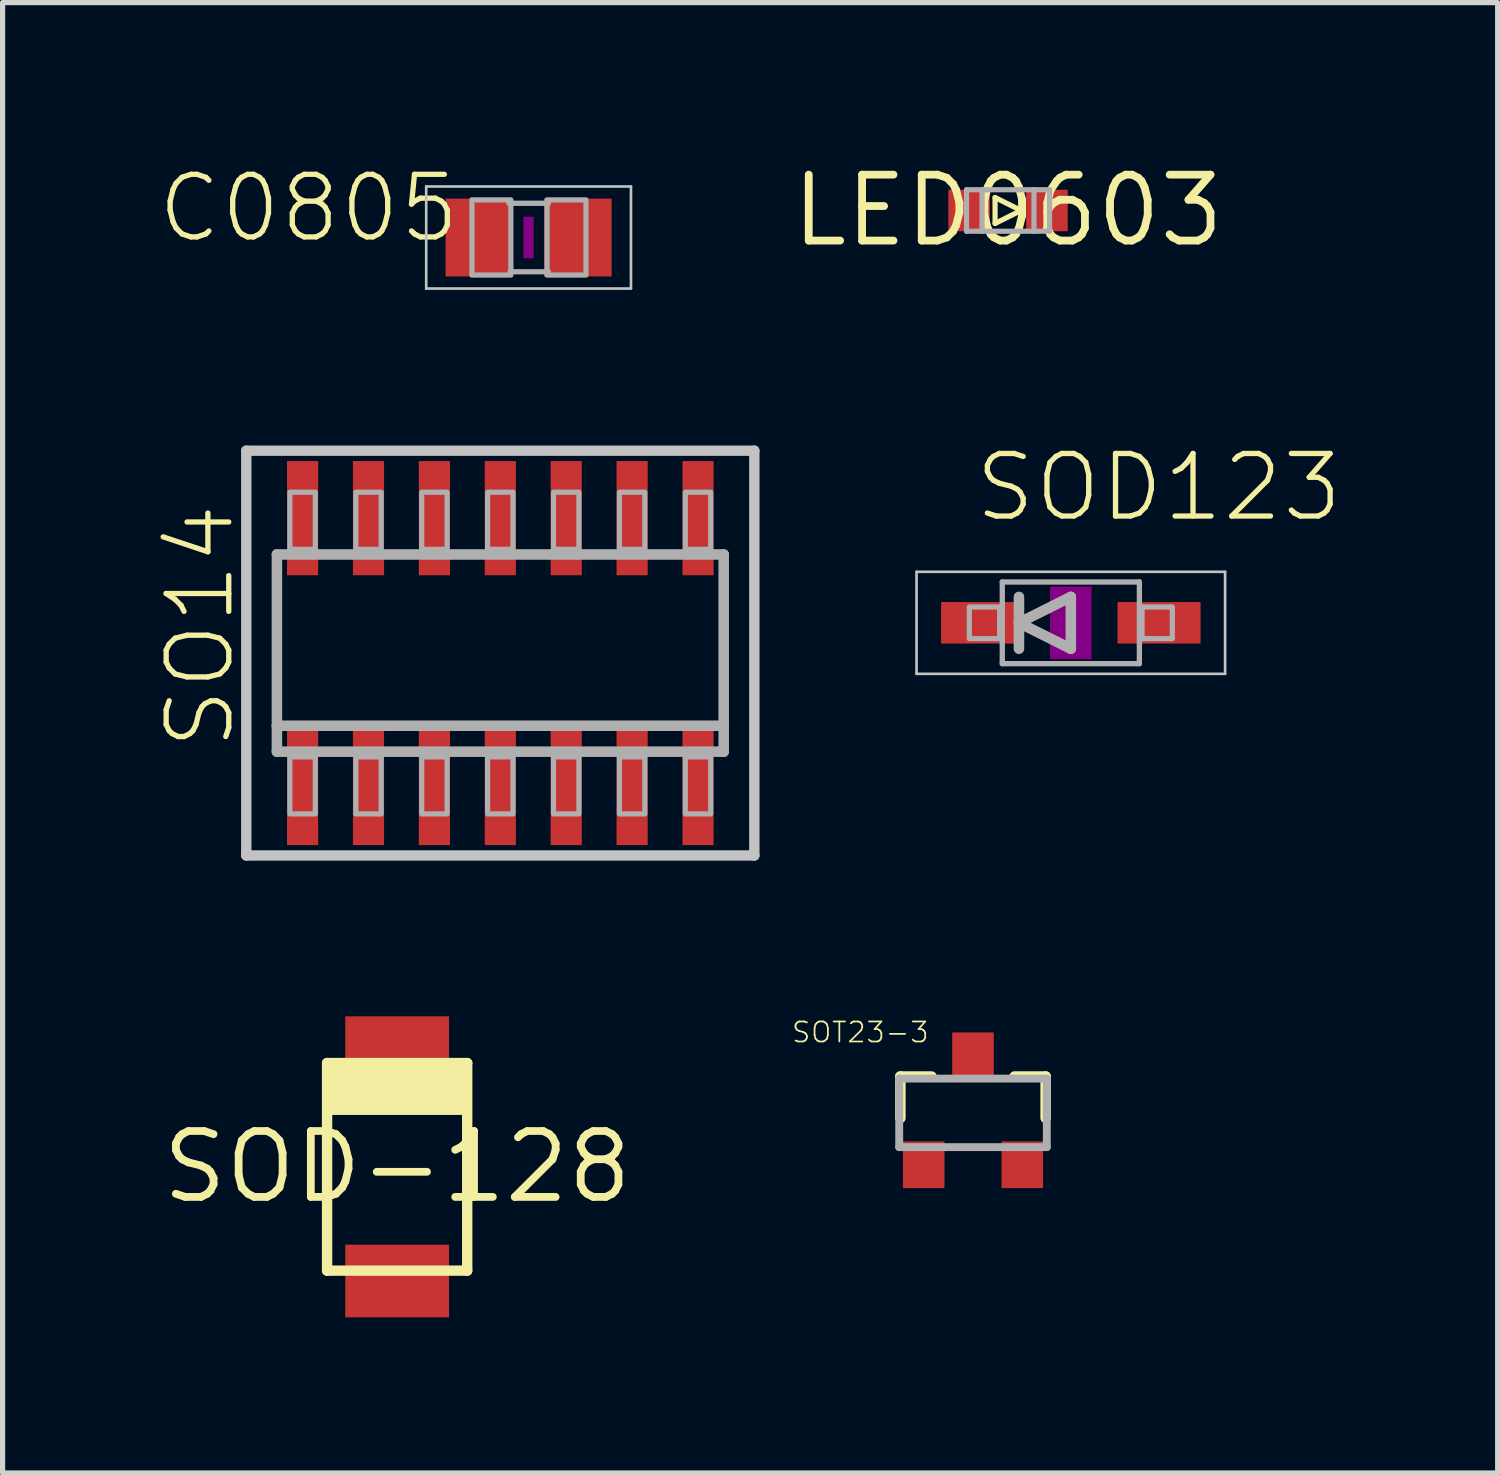
<source format=kicad_pcb>
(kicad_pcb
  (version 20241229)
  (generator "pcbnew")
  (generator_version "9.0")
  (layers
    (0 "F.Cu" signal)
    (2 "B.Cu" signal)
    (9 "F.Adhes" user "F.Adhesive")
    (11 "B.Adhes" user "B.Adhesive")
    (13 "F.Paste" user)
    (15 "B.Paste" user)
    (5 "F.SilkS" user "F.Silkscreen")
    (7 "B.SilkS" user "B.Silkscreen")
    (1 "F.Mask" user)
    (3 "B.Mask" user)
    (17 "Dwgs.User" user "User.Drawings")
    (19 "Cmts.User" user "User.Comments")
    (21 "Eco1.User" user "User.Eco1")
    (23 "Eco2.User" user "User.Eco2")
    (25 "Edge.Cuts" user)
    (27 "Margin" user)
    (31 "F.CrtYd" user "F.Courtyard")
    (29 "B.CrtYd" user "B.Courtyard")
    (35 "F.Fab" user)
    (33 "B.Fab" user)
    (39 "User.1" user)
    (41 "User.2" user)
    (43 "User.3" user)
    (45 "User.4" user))
  (footprint "SOD123"
    (layer "F.Cu")
    (at 17.585 8.952)
    (property "Reference" "SOD123" (at -1.905 -1.905 0) (layer "F.SilkS") (effects (font (size 1.206 1.206) (thickness 0.102)) (justify left bottom)))
    (attr through_hole)
    (fp_poly (pts (xy -0.4 0.7) (xy 0.4 0.7) (xy 0.4 -0.7) (xy -0.4 -0.7)) (stroke (width 0) (type solid)) (fill yes) (layer "F.Adhes"))
    (fp_line (start -2.973 -0.983) (end 2.973 -0.983) (stroke (width 0.051) (type solid)) (layer "Dwgs.User"))
    (fp_line (start -2.973 0.983) (end -2.973 -0.983) (stroke (width 0.051) (type solid)) (layer "Dwgs.User"))
    (fp_line (start 2.973 -0.983) (end 2.973 0.983) (stroke (width 0.051) (type solid)) (layer "Dwgs.User"))
    (fp_line (start 2.973 0.983) (end -2.973 0.983) (stroke (width 0.051) (type solid)) (layer "Dwgs.User"))
    (fp_line (start -1.321 -0.787) (end 1.321 -0.787) (stroke (width 0.102) (type solid)) (layer "F.Fab"))
    (fp_line (start -1.321 0.787) (end -1.321 -0.787) (stroke (width 0.102) (type solid)) (layer "F.Fab"))
    (fp_line (start -1.321 0.787) (end 1.321 0.787) (stroke (width 0.102) (type solid)) (layer "F.Fab"))
    (fp_line (start -1 -0.5) (end -1 0) (stroke (width 0.203) (type solid)) (layer "F.Fab"))
    (fp_line (start -1 0) (end -1 0.5) (stroke (width 0.203) (type solid)) (layer "F.Fab"))
    (fp_line (start -1 0) (end 0 -0.5) (stroke (width 0.203) (type solid)) (layer "F.Fab"))
    (fp_line (start 0 -0.5) (end 0 0.5) (stroke (width 0.203) (type solid)) (layer "F.Fab"))
    (fp_line (start 0 0.5) (end -1 0) (stroke (width 0.203) (type solid)) (layer "F.Fab"))
    (fp_line (start 1.321 0.787) (end 1.321 -0.787) (stroke (width 0.102) (type solid)) (layer "F.Fab"))
    (fp_poly (pts (xy -1.956 0.305) (xy -1.372 0.305) (xy -1.372 -0.305) (xy -1.956 -0.305)) (stroke (width 0.1) (type solid)) (fill no) (layer "F.Fab"))
    (fp_poly (pts (xy 1.372 0.305) (xy 1.956 0.305) (xy 1.956 -0.305) (xy 1.372 -0.305)) (stroke (width 0.1) (type solid)) (fill no) (layer "F.Fab"))
    (pad "A" smd rect (at 1.7 0) (size 1.6 0.8) (layers "F.Cu" "F.Mask" "F.Paste"))
    (pad "C" smd rect (at -1.7 0) (size 1.6 0.8) (layers "F.Cu" "F.Mask" "F.Paste")))
  (footprint "SOT23-3"
    (layer "F.Cu")
    (at 15.7 18.395)
    (property "Reference" "SOT23-3" (at -0.826 -1.778 0) (layer "F.SilkS") (effects (font (size 0.386 0.386) (thickness 0.033)) (justify right top)))
    (attr through_hole)
    (fp_line (start -1.4 -0.7) (end -1.4 0.1) (stroke (width 0.203) (type solid)) (layer "F.SilkS"))
    (fp_line (start -0.8 -0.7) (end -1.4 -0.7) (stroke (width 0.203) (type solid)) (layer "F.SilkS"))
    (fp_line (start 0.8 -0.7) (end 1.4 -0.7) (stroke (width 0.203) (type solid)) (layer "F.SilkS"))
    (fp_line (start 1.4 -0.7) (end 1.4 0.1) (stroke (width 0.203) (type solid)) (layer "F.SilkS"))
    (fp_line (start -1.422 -0.66) (end 1.422 -0.66) (stroke (width 0.152) (type solid)) (layer "F.Fab"))
    (fp_line (start -1.422 0.66) (end -1.422 -0.66) (stroke (width 0.152) (type solid)) (layer "F.Fab"))
    (fp_line (start 1.422 -0.66) (end 1.422 0.66) (stroke (width 0.152) (type solid)) (layer "F.Fab"))
    (fp_line (start 1.422 0.66) (end -1.422 0.66) (stroke (width 0.152) (type solid)) (layer "F.Fab"))
    (pad "1" smd rect (at -0.95 1) (size 0.8 0.9) (layers "F.Cu" "F.Mask" "F.Paste"))
    (pad "2" smd rect (at 0.95 1) (size 0.8 0.9) (layers "F.Cu" "F.Mask" "F.Paste"))
    (pad "3" smd rect (at 0 -1.1) (size 0.8 0.9) (layers "F.Cu" "F.Mask" "F.Paste")))
  (footprint "C0805"
    (layer "F.Cu")
    (at 7.136 1.527)
    (property "Reference" "C0805" (at -1.27 -1.27 0) (layer "F.SilkS") (effects (font (size 1.206 1.206) (thickness 0.102)) (justify right top)))
    (attr through_hole)
    (fp_poly (pts (xy -0.1 0.4) (xy 0.1 0.4) (xy 0.1 -0.4) (xy -0.1 -0.4)) (stroke (width 0) (type solid)) (fill yes) (layer "F.Adhes"))
    (fp_line (start -1.973 -0.983) (end 1.973 -0.983) (stroke (width 0.051) (type solid)) (layer "Dwgs.User"))
    (fp_line (start -1.973 0.983) (end -1.973 -0.983) (stroke (width 0.051) (type solid)) (layer "Dwgs.User"))
    (fp_line (start 1.973 -0.983) (end 1.973 0.983) (stroke (width 0.051) (type solid)) (layer "Dwgs.User"))
    (fp_line (start 1.973 0.983) (end -1.973 0.983) (stroke (width 0.051) (type solid)) (layer "Dwgs.User"))
    (fp_line (start -0.381 -0.66) (end 0.381 -0.66) (stroke (width 0.102) (type solid)) (layer "F.Fab"))
    (fp_line (start -0.356 0.66) (end 0.381 0.66) (stroke (width 0.102) (type solid)) (layer "F.Fab"))
    (fp_poly (pts (xy -1.092 0.724) (xy -0.342 0.724) (xy -0.342 -0.726) (xy -1.092 -0.726)) (stroke (width 0.1) (type solid)) (fill no) (layer "F.Fab"))
    (fp_poly (pts (xy 0.356 0.724) (xy 1.106 0.724) (xy 1.106 -0.726) (xy 0.356 -0.726)) (stroke (width 0.1) (type solid)) (fill no) (layer "F.Fab"))
    (pad "1" smd rect (at -0.95 0) (size 1.3 1.5) (layers "F.Cu" "F.Mask" "F.Paste"))
    (pad "2" smd rect (at 0.95 0) (size 1.3 1.5) (layers "F.Cu" "F.Mask" "F.Paste")))
  (footprint "SOD-128"
    (layer "F.Cu")
    (at 4.603 19.435)
    (property "Reference" "SOD-128" (at 0 0 0) (layer "F.SilkS") (effects (font (size 1.27 1.27) (thickness 0.15))))
    (attr through_hole)
    (fp_line (start -1.35 -2) (end -1.35 2) (stroke (width 0.2) (type solid)) (layer "F.SilkS"))
    (fp_line (start -1.35 2) (end 1.35 2) (stroke (width 0.2) (type solid)) (layer "F.SilkS"))
    (fp_line (start 1.35 -2) (end -1.35 -2) (stroke (width 0.2) (type solid)) (layer "F.SilkS"))
    (fp_line (start 1.35 2) (end 1.35 -2) (stroke (width 0.2) (type solid)) (layer "F.SilkS"))
    (fp_poly (pts (xy -1.3 -1) (xy 1.3 -1) (xy 1.3 -2) (xy -1.3 -2)) (stroke (width 0) (type solid)) (fill yes) (layer "F.SilkS"))
    (pad "A" smd rect (at 0 2.2) (size 2 1.4) (layers "F.Cu" "F.Mask" "F.Paste"))
    (pad "C" smd rect (at 0 -2.2) (size 2 1.4) (layers "F.Cu" "F.Mask" "F.Paste")))
  (footprint "LED0603"
    (layer "F.Cu")
    (at 16.375 1.006)
    (property "Reference" "LED0603" (at 0 0 0) (layer "F.SilkS") (effects (font (size 1.27 1.27) (thickness 0.15))))
    (attr through_hole)
    (fp_line (start -0.25 -0.25) (end -0.25 0.25) (stroke (width 0.1) (type solid)) (layer "F.SilkS"))
    (fp_line (start -0.25 0.25) (end 0.25 0) (stroke (width 0.1) (type solid)) (layer "F.SilkS"))
    (fp_line (start 0.25 -0.25) (end 0.25 0) (stroke (width 0.1) (type solid)) (layer "F.SilkS"))
    (fp_line (start 0.25 0) (end -0.25 -0.25) (stroke (width 0.1) (type solid)) (layer "F.SilkS"))
    (fp_line (start 0.25 0) (end 0.25 0.25) (stroke (width 0.1) (type solid)) (layer "F.SilkS"))
    (fp_line (start -0.8 -0.4) (end -0.8 0.4) (stroke (width 0.1) (type solid)) (layer "F.Fab"))
    (fp_line (start -0.8 0.4) (end -0.5 0.4) (stroke (width 0.1) (type solid)) (layer "F.Fab"))
    (fp_line (start -0.5 -0.4) (end -0.8 -0.4) (stroke (width 0.1) (type solid)) (layer "F.Fab"))
    (fp_line (start -0.5 -0.4) (end -0.5 0.4) (stroke (width 0.1) (type solid)) (layer "F.Fab"))
    (fp_line (start -0.5 0.4) (end 0.5 0.4) (stroke (width 0.1) (type solid)) (layer "F.Fab"))
    (fp_line (start 0.5 -0.4) (end -0.5 -0.4) (stroke (width 0.1) (type solid)) (layer "F.Fab"))
    (fp_line (start 0.5 -0.4) (end 0.5 0.4) (stroke (width 0.1) (type solid)) (layer "F.Fab"))
    (fp_line (start 0.5 0.4) (end 0.8 0.4) (stroke (width 0.1) (type solid)) (layer "F.Fab"))
    (fp_line (start 0.8 -0.4) (end 0.5 -0.4) (stroke (width 0.1) (type solid)) (layer "F.Fab"))
    (fp_line (start 0.8 0.4) (end 0.8 -0.4) (stroke (width 0.1) (type solid)) (layer "F.Fab"))
    (pad "A" smd rect (at -0.75 0) (size 0.8 0.8) (layers "F.Cu" "F.Mask" "F.Paste"))
    (pad "C" smd rect (at 0.75 0) (size 0.8 0.8) (layers "F.Cu" "F.Mask" "F.Paste")))
  (footprint "SO14"
    (layer "F.Cu")
    (at 6.591 9.535)
    (property "Reference" "SO14" (at -5.08 1.905 90) (layer "F.SilkS") (effects (font (size 1.206 1.206) (thickness 0.102)) (justify left bottom)))
    (attr through_hole)
    (fp_line (start -4.895 -3.9) (end 4.895 -3.9) (stroke (width 0.2) (type solid)) (layer "Dwgs.User"))
    (fp_line (start -4.895 3.9) (end -4.895 -3.9) (stroke (width 0.2) (type solid)) (layer "Dwgs.User"))
    (fp_line (start 4.895 -3.9) (end 4.895 3.9) (stroke (width 0.2) (type solid)) (layer "Dwgs.User"))
    (fp_line (start 4.895 3.9) (end -4.895 3.9) (stroke (width 0.2) (type solid)) (layer "Dwgs.User"))
    (fp_line (start -4.305 -1.9) (end 4.305 -1.9) (stroke (width 0.203) (type solid)) (layer "F.Fab"))
    (fp_line (start -4.305 1.4) (end -4.305 -1.9) (stroke (width 0.203) (type solid)) (layer "F.Fab"))
    (fp_line (start -4.305 1.9) (end -4.305 1.4) (stroke (width 0.203) (type solid)) (layer "F.Fab"))
    (fp_line (start 4.305 -1.9) (end 4.305 1.4) (stroke (width 0.203) (type solid)) (layer "F.Fab"))
    (fp_line (start 4.305 1.4) (end -4.305 1.4) (stroke (width 0.203) (type solid)) (layer "F.Fab"))
    (fp_line (start 4.305 1.4) (end 4.305 1.9) (stroke (width 0.203) (type solid)) (layer "F.Fab"))
    (fp_line (start 4.305 1.9) (end -4.305 1.9) (stroke (width 0.203) (type solid)) (layer "F.Fab"))
    (fp_poly (pts (xy -4.055 -2) (xy -3.565 -2) (xy -3.565 -3.1) (xy -4.055 -3.1)) (stroke (width 0.1) (type solid)) (fill no) (layer "F.Fab"))
    (fp_poly (pts (xy -4.055 3.1) (xy -3.565 3.1) (xy -3.565 2) (xy -4.055 2)) (stroke (width 0.1) (type solid)) (fill no) (layer "F.Fab"))
    (fp_poly (pts (xy -2.785 -2) (xy -2.295 -2) (xy -2.295 -3.1) (xy -2.785 -3.1)) (stroke (width 0.1) (type solid)) (fill no) (layer "F.Fab"))
    (fp_poly (pts (xy -2.785 3.1) (xy -2.295 3.1) (xy -2.295 2) (xy -2.785 2)) (stroke (width 0.1) (type solid)) (fill no) (layer "F.Fab"))
    (fp_poly (pts (xy -1.515 -2) (xy -1.025 -2) (xy -1.025 -3.1) (xy -1.515 -3.1)) (stroke (width 0.1) (type solid)) (fill no) (layer "F.Fab"))
    (fp_poly (pts (xy -1.515 3.1) (xy -1.025 3.1) (xy -1.025 2) (xy -1.515 2)) (stroke (width 0.1) (type solid)) (fill no) (layer "F.Fab"))
    (fp_poly (pts (xy -0.245 -2) (xy 0.245 -2) (xy 0.245 -3.1) (xy -0.245 -3.1)) (stroke (width 0.1) (type solid)) (fill no) (layer "F.Fab"))
    (fp_poly (pts (xy -0.245 3.1) (xy 0.245 3.1) (xy 0.245 2) (xy -0.245 2)) (stroke (width 0.1) (type solid)) (fill no) (layer "F.Fab"))
    (fp_poly (pts (xy 1.025 -2) (xy 1.515 -2) (xy 1.515 -3.1) (xy 1.025 -3.1)) (stroke (width 0.1) (type solid)) (fill no) (layer "F.Fab"))
    (fp_poly (pts (xy 1.025 3.1) (xy 1.515 3.1) (xy 1.515 2) (xy 1.025 2)) (stroke (width 0.1) (type solid)) (fill no) (layer "F.Fab"))
    (fp_poly (pts (xy 2.295 -2) (xy 2.785 -2) (xy 2.785 -3.1) (xy 2.295 -3.1)) (stroke (width 0.1) (type solid)) (fill no) (layer "F.Fab"))
    (fp_poly (pts (xy 2.295 3.1) (xy 2.785 3.1) (xy 2.785 2) (xy 2.295 2)) (stroke (width 0.1) (type solid)) (fill no) (layer "F.Fab"))
    (fp_poly (pts (xy 3.565 -2) (xy 4.055 -2) (xy 4.055 -3.1) (xy 3.565 -3.1)) (stroke (width 0.1) (type solid)) (fill no) (layer "F.Fab"))
    (fp_poly (pts (xy 3.565 3.1) (xy 4.055 3.1) (xy 4.055 2) (xy 3.565 2)) (stroke (width 0.1) (type solid)) (fill no) (layer "F.Fab"))
    (pad "1" smd rect (at -3.81 2.6) (size 0.6 2.2) (layers "F.Cu" "F.Mask" "F.Paste"))
    (pad "2" smd rect (at -2.54 2.6) (size 0.6 2.2) (layers "F.Cu" "F.Mask" "F.Paste"))
    (pad "3" smd rect (at -1.27 2.6) (size 0.6 2.2) (layers "F.Cu" "F.Mask" "F.Paste"))
    (pad "4" smd rect (at 0 2.6) (size 0.6 2.2) (layers "F.Cu" "F.Mask" "F.Paste"))
    (pad "5" smd rect (at 1.27 2.6) (size 0.6 2.2) (layers "F.Cu" "F.Mask" "F.Paste"))
    (pad "6" smd rect (at 2.54 2.6) (size 0.6 2.2) (layers "F.Cu" "F.Mask" "F.Paste"))
    (pad "7" smd rect (at 3.81 2.6) (size 0.6 2.2) (layers "F.Cu" "F.Mask" "F.Paste"))
    (pad "8" smd rect (at 3.81 -2.6) (size 0.6 2.2) (layers "F.Cu" "F.Mask" "F.Paste"))
    (pad "9" smd rect (at 2.54 -2.6) (size 0.6 2.2) (layers "F.Cu" "F.Mask" "F.Paste"))
    (pad "10" smd rect (at 1.27 -2.6) (size 0.6 2.2) (layers "F.Cu" "F.Mask" "F.Paste"))
    (pad "11" smd rect (at 0 -2.6) (size 0.6 2.2) (layers "F.Cu" "F.Mask" "F.Paste"))
    (pad "12" smd rect (at -1.27 -2.6) (size 0.6 2.2) (layers "F.Cu" "F.Mask" "F.Paste"))
    (pad "13" smd rect (at -2.54 -2.6) (size 0.6 2.2) (layers "F.Cu" "F.Mask" "F.Paste"))
    (pad "14" smd rect (at -3.81 -2.6) (size 0.6 2.2) (layers "F.Cu" "F.Mask" "F.Paste")))
  (gr_rect
    (start -3 -3)
    (end 25.81 25.335)
    (stroke (width 0.1) (type default))
    (fill no)
    (layer "Edge.Cuts")))
</source>
